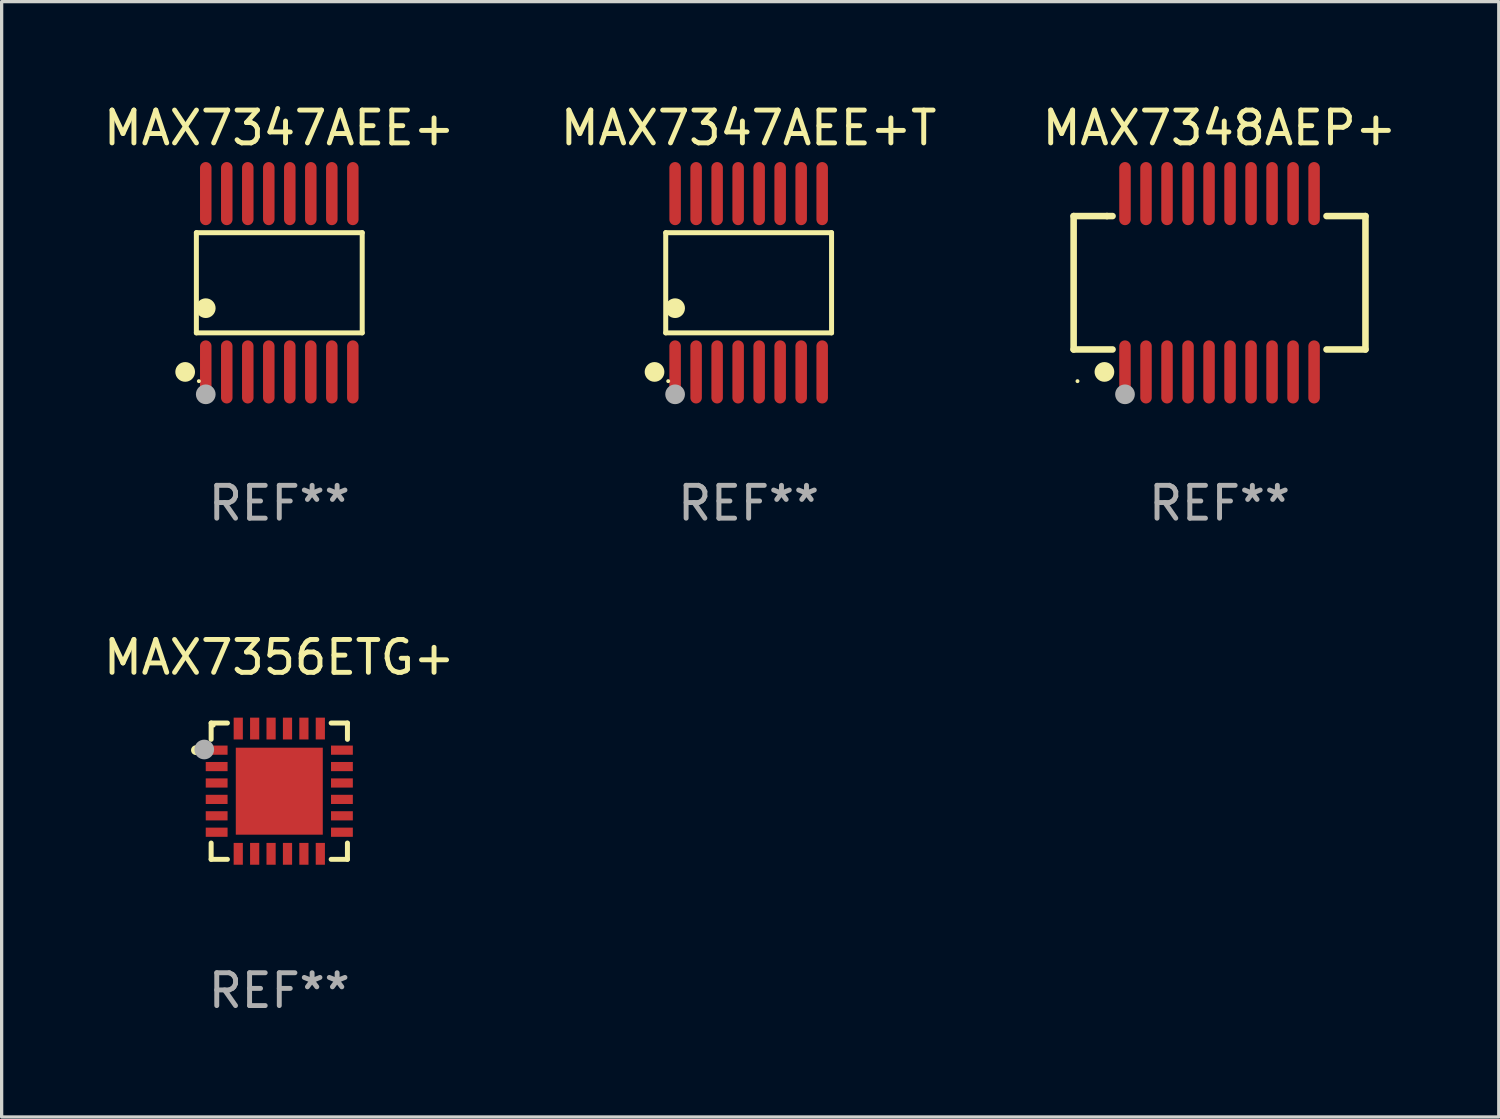
<source format=kicad_pcb>
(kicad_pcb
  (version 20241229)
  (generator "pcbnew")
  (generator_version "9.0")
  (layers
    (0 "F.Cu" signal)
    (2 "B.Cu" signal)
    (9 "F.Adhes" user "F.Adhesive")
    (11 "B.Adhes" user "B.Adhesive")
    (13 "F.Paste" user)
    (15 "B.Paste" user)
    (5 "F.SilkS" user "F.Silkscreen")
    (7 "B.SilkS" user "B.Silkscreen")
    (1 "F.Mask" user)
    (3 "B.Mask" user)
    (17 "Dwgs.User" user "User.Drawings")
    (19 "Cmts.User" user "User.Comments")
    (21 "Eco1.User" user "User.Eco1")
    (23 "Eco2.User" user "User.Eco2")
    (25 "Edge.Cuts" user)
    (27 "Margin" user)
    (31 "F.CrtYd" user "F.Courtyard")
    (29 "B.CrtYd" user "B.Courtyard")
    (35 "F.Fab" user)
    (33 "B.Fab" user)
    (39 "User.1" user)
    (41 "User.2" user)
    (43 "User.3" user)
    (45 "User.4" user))
  (footprint "MAX7348AEP+"
    (layer "F.Cu")
    (at 34.101 5.564)
    (property "Reference" "MAX7348AEP+" (at 0 -4.716 0) (layer "F.SilkS") (effects (font (size 1 1) (thickness 0.15))))
    (attr through_hole)
    (fp_line (start -4.445 -2.032) (end -4.445 2.032) (stroke (width 0.2) (type solid)) (layer "F.SilkS"))
    (fp_line (start -4.445 2.032) (end -3.259 2.032) (stroke (width 0.2) (type solid)) (layer "F.SilkS"))
    (fp_line (start -3.429 -2.032) (end -4.445 -2.032) (stroke (width 0.2) (type solid)) (layer "F.SilkS"))
    (fp_line (start -3.259 -2.032) (end -3.429 -2.032) (stroke (width 0.2) (type solid)) (layer "F.SilkS"))
    (fp_line (start 3.259 2.032) (end 4.445 2.032) (stroke (width 0.2) (type solid)) (layer "F.SilkS"))
    (fp_line (start 4.445 -2.032) (end 3.259 -2.032) (stroke (width 0.2) (type solid)) (layer "F.SilkS"))
    (fp_line (start 4.445 2.032) (end 4.445 -2.032) (stroke (width 0.2) (type solid)) (layer "F.SilkS"))
    (fp_circle (center -4.327 2.997) (end -4.297 2.997) (stroke (width 0.06) (type solid)) (fill no) (layer "F.SilkS"))
    (fp_circle (center -3.507 2.716) (end -3.357 2.716) (stroke (width 0.3) (type solid)) (fill no) (layer "F.SilkS"))
    (fp_circle (center -2.88 3.398) (end -2.73 3.398) (stroke (width 0.3) (type solid)) (fill no) (layer "F.Fab"))
    (fp_text user "REF**" (at 0 6.716 0) (layer "F.Fab") (effects (font (size 1 1) (thickness 0.15))))
    (pad "1" smd oval (at -2.88 2.716) (size 0.35 1.922) (layers "F.Cu" "F.Mask" "F.Paste"))
    (pad "2" smd oval (at -2.24 2.716) (size 0.35 1.922) (layers "F.Cu" "F.Mask" "F.Paste"))
    (pad "3" smd oval (at -1.6 2.716) (size 0.35 1.922) (layers "F.Cu" "F.Mask" "F.Paste"))
    (pad "4" smd oval (at -0.96 2.716) (size 0.35 1.922) (layers "F.Cu" "F.Mask" "F.Paste"))
    (pad "5" smd oval (at -0.32 2.716) (size 0.35 1.922) (layers "F.Cu" "F.Mask" "F.Paste"))
    (pad "6" smd oval (at 0.32 2.716) (size 0.35 1.922) (layers "F.Cu" "F.Mask" "F.Paste"))
    (pad "7" smd oval (at 0.96 2.716) (size 0.35 1.922) (layers "F.Cu" "F.Mask" "F.Paste"))
    (pad "8" smd oval (at 1.6 2.716) (size 0.35 1.922) (layers "F.Cu" "F.Mask" "F.Paste"))
    (pad "9" smd oval (at 2.24 2.716) (size 0.35 1.922) (layers "F.Cu" "F.Mask" "F.Paste"))
    (pad "10" smd oval (at 2.88 2.716) (size 0.35 1.922) (layers "F.Cu" "F.Mask" "F.Paste"))
    (pad "11" smd oval (at 2.88 -2.716) (size 0.35 1.922) (layers "F.Cu" "F.Mask" "F.Paste"))
    (pad "12" smd oval (at 2.24 -2.716) (size 0.35 1.922) (layers "F.Cu" "F.Mask" "F.Paste"))
    (pad "13" smd oval (at 1.6 -2.716) (size 0.35 1.922) (layers "F.Cu" "F.Mask" "F.Paste"))
    (pad "14" smd oval (at 0.96 -2.716) (size 0.35 1.922) (layers "F.Cu" "F.Mask" "F.Paste"))
    (pad "15" smd oval (at 0.32 -2.716) (size 0.35 1.922) (layers "F.Cu" "F.Mask" "F.Paste"))
    (pad "16" smd oval (at -0.32 -2.716) (size 0.35 1.922) (layers "F.Cu" "F.Mask" "F.Paste"))
    (pad "17" smd oval (at -0.96 -2.716) (size 0.35 1.922) (layers "F.Cu" "F.Mask" "F.Paste"))
    (pad "18" smd oval (at -1.6 -2.716) (size 0.35 1.922) (layers "F.Cu" "F.Mask" "F.Paste"))
    (pad "19" smd oval (at -2.24 -2.716) (size 0.35 1.922) (layers "F.Cu" "F.Mask" "F.Paste"))
    (pad "20" smd oval (at -2.88 -2.716) (size 0.35 1.922) (layers "F.Cu" "F.Mask" "F.Paste")))
  (footprint "MAX7356ETG+"
    (layer "F.Cu")
    (at 5.458 21.052)
    (property "Reference" "MAX7356ETG+" (at 0 -4.076 0) (layer "F.SilkS") (effects (font (size 1 1) (thickness 0.15))))
    (attr through_hole)
    (fp_line (start -2.076 -2.076) (end -2.076 -1.58) (stroke (width 0.152) (type solid)) (layer "F.SilkS"))
    (fp_line (start -2.076 2.076) (end -2.076 1.58) (stroke (width 0.152) (type solid)) (layer "F.SilkS"))
    (fp_line (start -1.58 -2.076) (end -2.076 -2.076) (stroke (width 0.152) (type solid)) (layer "F.SilkS"))
    (fp_line (start -1.58 2.076) (end -2.076 2.076) (stroke (width 0.152) (type solid)) (layer "F.SilkS"))
    (fp_line (start 1.58 -2.076) (end 2.076 -2.076) (stroke (width 0.152) (type solid)) (layer "F.SilkS"))
    (fp_line (start 1.58 2.076) (end 2.076 2.076) (stroke (width 0.152) (type solid)) (layer "F.SilkS"))
    (fp_line (start 2.076 -2.076) (end 2.076 -1.58) (stroke (width 0.152) (type solid)) (layer "F.SilkS"))
    (fp_line (start 2.076 2.076) (end 2.076 1.58) (stroke (width 0.152) (type solid)) (layer "F.SilkS"))
    (fp_circle (center -2.54 -1.25) (end -2.465 -1.25) (stroke (width 0.15) (type solid)) (fill no) (layer "F.SilkS"))
    (fp_circle (center -2 -2) (end -1.97 -2) (stroke (width 0.06) (type solid)) (fill no) (layer "F.SilkS"))
    (fp_circle (center -2.286 -1.27) (end -2.136 -1.27) (stroke (width 0.3) (type solid)) (fill no) (layer "F.Fab"))
    (fp_text user "REF**" (at 0 6.076 0) (layer "F.Fab") (effects (font (size 1 1) (thickness 0.15))))
    (pad "1" smd rect (at -1.908 -1.25) (size 0.665 0.28) (layers "F.Cu" "F.Mask" "F.Paste"))
    (pad "2" smd rect (at -1.908 -0.75) (size 0.665 0.28) (layers "F.Cu" "F.Mask" "F.Paste"))
    (pad "3" smd rect (at -1.908 -0.25) (size 0.665 0.28) (layers "F.Cu" "F.Mask" "F.Paste"))
    (pad "4" smd rect (at -1.908 0.25) (size 0.665 0.28) (layers "F.Cu" "F.Mask" "F.Paste"))
    (pad "5" smd rect (at -1.908 0.75) (size 0.665 0.28) (layers "F.Cu" "F.Mask" "F.Paste"))
    (pad "6" smd rect (at -1.908 1.25) (size 0.665 0.28) (layers "F.Cu" "F.Mask" "F.Paste"))
    (pad "7" smd rect (at -1.25 1.908) (size 0.28 0.665) (layers "F.Cu" "F.Mask" "F.Paste"))
    (pad "8" smd rect (at -0.75 1.908) (size 0.28 0.665) (layers "F.Cu" "F.Mask" "F.Paste"))
    (pad "9" smd rect (at -0.25 1.908) (size 0.28 0.665) (layers "F.Cu" "F.Mask" "F.Paste"))
    (pad "10" smd rect (at 0.25 1.908) (size 0.28 0.665) (layers "F.Cu" "F.Mask" "F.Paste"))
    (pad "11" smd rect (at 0.75 1.908) (size 0.28 0.665) (layers "F.Cu" "F.Mask" "F.Paste"))
    (pad "12" smd rect (at 1.25 1.908) (size 0.28 0.665) (layers "F.Cu" "F.Mask" "F.Paste"))
    (pad "13" smd rect (at 1.908 1.25) (size 0.665 0.28) (layers "F.Cu" "F.Mask" "F.Paste"))
    (pad "14" smd rect (at 1.908 0.75) (size 0.665 0.28) (layers "F.Cu" "F.Mask" "F.Paste"))
    (pad "15" smd rect (at 1.908 0.25) (size 0.665 0.28) (layers "F.Cu" "F.Mask" "F.Paste"))
    (pad "16" smd rect (at 1.908 -0.25) (size 0.665 0.28) (layers "F.Cu" "F.Mask" "F.Paste"))
    (pad "17" smd rect (at 1.908 -0.75) (size 0.665 0.28) (layers "F.Cu" "F.Mask" "F.Paste"))
    (pad "18" smd rect (at 1.908 -1.25) (size 0.665 0.28) (layers "F.Cu" "F.Mask" "F.Paste"))
    (pad "19" smd rect (at 1.25 -1.908) (size 0.28 0.665) (layers "F.Cu" "F.Mask" "F.Paste"))
    (pad "20" smd rect (at 0.75 -1.908) (size 0.28 0.665) (layers "F.Cu" "F.Mask" "F.Paste"))
    (pad "21" smd rect (at 0.25 -1.908) (size 0.28 0.665) (layers "F.Cu" "F.Mask" "F.Paste"))
    (pad "22" smd rect (at -0.25 -1.908) (size 0.28 0.665) (layers "F.Cu" "F.Mask" "F.Paste"))
    (pad "23" smd rect (at -0.75 -1.908) (size 0.28 0.665) (layers "F.Cu" "F.Mask" "F.Paste"))
    (pad "24" smd rect (at -1.25 -1.908) (size 0.28 0.665) (layers "F.Cu" "F.Mask" "F.Paste"))
    (pad "25" smd rect (at 0 0) (size 2.65 2.65) (layers "F.Cu" "F.Mask" "F.Paste")))
  (footprint "MAX7347AEE+T"
    (layer "F.Cu")
    (at 19.756 5.564)
    (property "Reference" "MAX7347AEE+T" (at 0 -4.716 0) (layer "F.SilkS") (effects (font (size 1 1) (thickness 0.15))))
    (attr through_hole)
    (fp_line (start -2.526 -1.526) (end 2.526 -1.526) (stroke (width 0.152) (type solid)) (layer "F.SilkS"))
    (fp_line (start -2.526 1.526) (end -2.526 -1.526) (stroke (width 0.152) (type solid)) (layer "F.SilkS"))
    (fp_line (start 2.526 -1.526) (end 2.526 1.526) (stroke (width 0.152) (type solid)) (layer "F.SilkS"))
    (fp_line (start 2.526 1.526) (end -2.526 1.526) (stroke (width 0.152) (type solid)) (layer "F.SilkS"))
    (fp_circle (center -2.867 2.716) (end -2.717 2.716) (stroke (width 0.3) (type solid)) (fill no) (layer "F.SilkS"))
    (fp_circle (center -2.45 2.997) (end -2.42 2.997) (stroke (width 0.06) (type solid)) (fill no) (layer "F.SilkS"))
    (fp_circle (center -2.24 0.774) (end -2.09 0.774) (stroke (width 0.3) (type solid)) (fill no) (layer "F.SilkS"))
    (fp_circle (center -2.24 3.398) (end -2.09 3.398) (stroke (width 0.3) (type solid)) (fill no) (layer "F.Fab"))
    (fp_text user "REF**" (at 0 6.716 0) (layer "F.Fab") (effects (font (size 1 1) (thickness 0.15))))
    (pad "1" smd oval (at -2.24 2.716) (size 0.35 1.922) (layers "F.Cu" "F.Mask" "F.Paste"))
    (pad "2" smd oval (at -1.6 2.716) (size 0.35 1.922) (layers "F.Cu" "F.Mask" "F.Paste"))
    (pad "3" smd oval (at -0.96 2.716) (size 0.35 1.922) (layers "F.Cu" "F.Mask" "F.Paste"))
    (pad "4" smd oval (at -0.32 2.716) (size 0.35 1.922) (layers "F.Cu" "F.Mask" "F.Paste"))
    (pad "5" smd oval (at 0.32 2.716) (size 0.35 1.922) (layers "F.Cu" "F.Mask" "F.Paste"))
    (pad "6" smd oval (at 0.96 2.716) (size 0.35 1.922) (layers "F.Cu" "F.Mask" "F.Paste"))
    (pad "7" smd oval (at 1.6 2.716) (size 0.35 1.922) (layers "F.Cu" "F.Mask" "F.Paste"))
    (pad "8" smd oval (at 2.24 2.716) (size 0.35 1.922) (layers "F.Cu" "F.Mask" "F.Paste"))
    (pad "9" smd oval (at 2.24 -2.716) (size 0.35 1.922) (layers "F.Cu" "F.Mask" "F.Paste"))
    (pad "10" smd oval (at 1.6 -2.716) (size 0.35 1.922) (layers "F.Cu" "F.Mask" "F.Paste"))
    (pad "11" smd oval (at 0.96 -2.716) (size 0.35 1.922) (layers "F.Cu" "F.Mask" "F.Paste"))
    (pad "12" smd oval (at 0.32 -2.716) (size 0.35 1.922) (layers "F.Cu" "F.Mask" "F.Paste"))
    (pad "13" smd oval (at -0.32 -2.716) (size 0.35 1.922) (layers "F.Cu" "F.Mask" "F.Paste"))
    (pad "14" smd oval (at -0.96 -2.716) (size 0.35 1.922) (layers "F.Cu" "F.Mask" "F.Paste"))
    (pad "15" smd oval (at -1.6 -2.716) (size 0.35 1.922) (layers "F.Cu" "F.Mask" "F.Paste"))
    (pad "16" smd oval (at -2.24 -2.716) (size 0.35 1.922) (layers "F.Cu" "F.Mask" "F.Paste")))
  (footprint "MAX7347AEE+"
    (layer "F.Cu")
    (at 5.458 5.564)
    (property "Reference" "MAX7347AEE+" (at 0 -4.716 0) (layer "F.SilkS") (effects (font (size 1 1) (thickness 0.15))))
    (attr through_hole)
    (fp_line (start -2.526 -1.526) (end 2.526 -1.526) (stroke (width 0.152) (type solid)) (layer "F.SilkS"))
    (fp_line (start -2.526 1.526) (end -2.526 -1.526) (stroke (width 0.152) (type solid)) (layer "F.SilkS"))
    (fp_line (start 2.526 -1.526) (end 2.526 1.526) (stroke (width 0.152) (type solid)) (layer "F.SilkS"))
    (fp_line (start 2.526 1.526) (end -2.526 1.526) (stroke (width 0.152) (type solid)) (layer "F.SilkS"))
    (fp_circle (center -2.867 2.716) (end -2.717 2.716) (stroke (width 0.3) (type solid)) (fill no) (layer "F.SilkS"))
    (fp_circle (center -2.45 2.997) (end -2.42 2.997) (stroke (width 0.06) (type solid)) (fill no) (layer "F.SilkS"))
    (fp_circle (center -2.24 0.774) (end -2.09 0.774) (stroke (width 0.3) (type solid)) (fill no) (layer "F.SilkS"))
    (fp_circle (center -2.24 3.398) (end -2.09 3.398) (stroke (width 0.3) (type solid)) (fill no) (layer "F.Fab"))
    (fp_text user "REF**" (at 0 6.716 0) (layer "F.Fab") (effects (font (size 1 1) (thickness 0.15))))
    (pad "1" smd oval (at -2.24 2.716) (size 0.35 1.922) (layers "F.Cu" "F.Mask" "F.Paste"))
    (pad "2" smd oval (at -1.6 2.716) (size 0.35 1.922) (layers "F.Cu" "F.Mask" "F.Paste"))
    (pad "3" smd oval (at -0.96 2.716) (size 0.35 1.922) (layers "F.Cu" "F.Mask" "F.Paste"))
    (pad "4" smd oval (at -0.32 2.716) (size 0.35 1.922) (layers "F.Cu" "F.Mask" "F.Paste"))
    (pad "5" smd oval (at 0.32 2.716) (size 0.35 1.922) (layers "F.Cu" "F.Mask" "F.Paste"))
    (pad "6" smd oval (at 0.96 2.716) (size 0.35 1.922) (layers "F.Cu" "F.Mask" "F.Paste"))
    (pad "7" smd oval (at 1.6 2.716) (size 0.35 1.922) (layers "F.Cu" "F.Mask" "F.Paste"))
    (pad "8" smd oval (at 2.24 2.716) (size 0.35 1.922) (layers "F.Cu" "F.Mask" "F.Paste"))
    (pad "9" smd oval (at 2.24 -2.716) (size 0.35 1.922) (layers "F.Cu" "F.Mask" "F.Paste"))
    (pad "10" smd oval (at 1.6 -2.716) (size 0.35 1.922) (layers "F.Cu" "F.Mask" "F.Paste"))
    (pad "11" smd oval (at 0.96 -2.716) (size 0.35 1.922) (layers "F.Cu" "F.Mask" "F.Paste"))
    (pad "12" smd oval (at 0.32 -2.716) (size 0.35 1.922) (layers "F.Cu" "F.Mask" "F.Paste"))
    (pad "13" smd oval (at -0.32 -2.716) (size 0.35 1.922) (layers "F.Cu" "F.Mask" "F.Paste"))
    (pad "14" smd oval (at -0.96 -2.716) (size 0.35 1.922) (layers "F.Cu" "F.Mask" "F.Paste"))
    (pad "15" smd oval (at -1.6 -2.716) (size 0.35 1.922) (layers "F.Cu" "F.Mask" "F.Paste"))
    (pad "16" smd oval (at -2.24 -2.716) (size 0.35 1.922) (layers "F.Cu" "F.Mask" "F.Paste")))
  (gr_rect
    (start -3 -3)
    (end 42.607 30.977)
    (stroke (width 0.1) (type default))
    (fill no)
    (layer "Edge.Cuts")))
</source>
